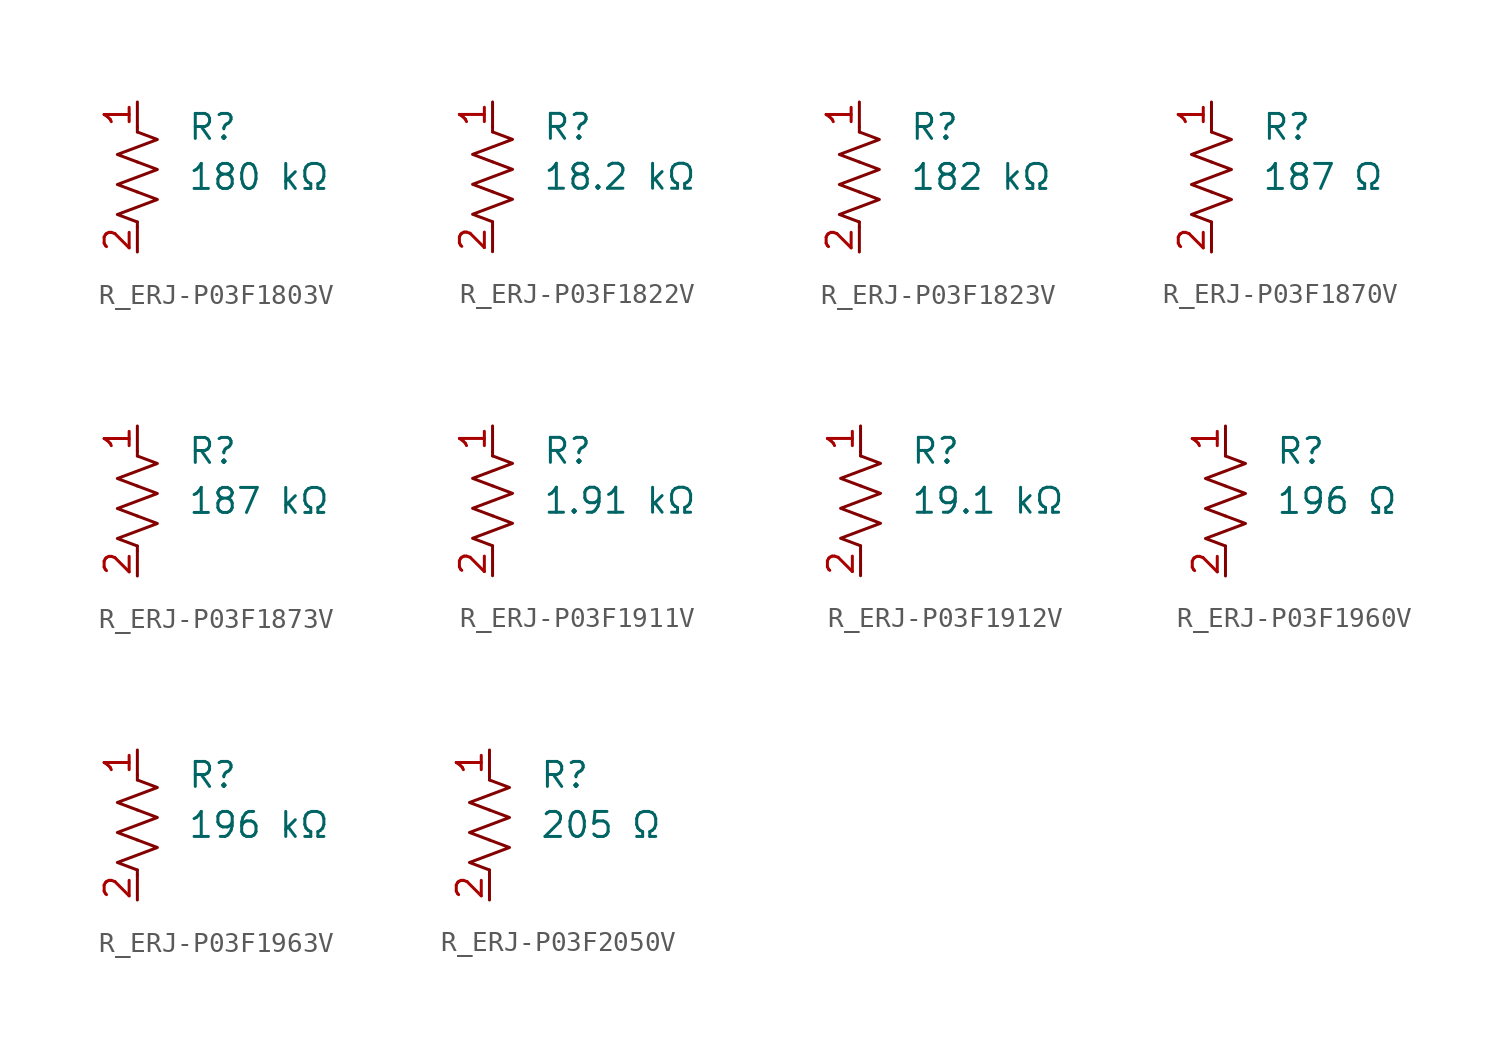
<source format=kicad_sym>
(kicad_symbol_lib
  (version 20231120)
  (generator "kicad_symbol_editor")
  (generator_version "8.0")
  (symbol "R_ERJ-P03F1803V"
    (pin_names
      (offset 0.254))
    (property "Value" "180 kΩ"
      (at 2.54 0 0)
      (effects (font (size 1.27 1.27)) (justify left)))
    (property "Reference" "R"
      (at 2.54 2.54 0)
      (effects (font (size 1.27 1.27)) (justify left)))
    (symbol "R_ERJ-P03F1803V_0_1"
      (polyline (pts (xy 0 -2.286) (xy 0 -2.54)) (stroke (width 0) (type default)) (fill (type none)))
      (polyline (pts (xy 0 2.286) (xy 0 2.54)) (stroke (width 0) (type default)) (fill (type none)))
      (polyline (pts (xy 0 -0.762) (xy 1.016 -1.143) (xy 0 -1.524) (xy -1.016 -1.905) (xy 0 -2.286)) (stroke (width 0) (type default)) (fill (type none)))
      (polyline (pts (xy 0 0.762) (xy 1.016 0.381) (xy 0 0) (xy -1.016 -0.381) (xy 0 -0.762)) (stroke (width 0) (type default)) (fill (type none)))
      (polyline (pts (xy 0 2.286) (xy 1.016 1.905) (xy 0 1.524) (xy -1.016 1.143) (xy 0 0.762)) (stroke (width 0) (type default)) (fill (type none))))
    (symbol "R_ERJ-P03F1803V_1_1"
      (pin passive line (at 0 3.81 270) (length 1.27) (name "~" (effects (font (size 1.27 1.27)))) (number "1" (effects (font (size 1.27 1.27)))))
      (pin passive line (at 0 -3.81 90) (length 1.27) (name "~" (effects (font (size 1.27 1.27)))) (number "2" (effects (font (size 1.27 1.27)))))))
  (symbol "R_ERJ-P03F1822V"
    (pin_names
      (offset 0.254))
    (property "Value" "18.2 kΩ"
      (at 2.54 0 0)
      (effects (font (size 1.27 1.27)) (justify left)))
    (property "Reference" "R"
      (at 2.54 2.54 0)
      (effects (font (size 1.27 1.27)) (justify left)))
    (symbol "R_ERJ-P03F1822V_0_1"
      (polyline (pts (xy 0 -2.286) (xy 0 -2.54)) (stroke (width 0) (type default)) (fill (type none)))
      (polyline (pts (xy 0 2.286) (xy 0 2.54)) (stroke (width 0) (type default)) (fill (type none)))
      (polyline (pts (xy 0 -0.762) (xy 1.016 -1.143) (xy 0 -1.524) (xy -1.016 -1.905) (xy 0 -2.286)) (stroke (width 0) (type default)) (fill (type none)))
      (polyline (pts (xy 0 0.762) (xy 1.016 0.381) (xy 0 0) (xy -1.016 -0.381) (xy 0 -0.762)) (stroke (width 0) (type default)) (fill (type none)))
      (polyline (pts (xy 0 2.286) (xy 1.016 1.905) (xy 0 1.524) (xy -1.016 1.143) (xy 0 0.762)) (stroke (width 0) (type default)) (fill (type none))))
    (symbol "R_ERJ-P03F1822V_1_1"
      (pin passive line (at 0 3.81 270) (length 1.27) (name "~" (effects (font (size 1.27 1.27)))) (number "1" (effects (font (size 1.27 1.27)))))
      (pin passive line (at 0 -3.81 90) (length 1.27) (name "~" (effects (font (size 1.27 1.27)))) (number "2" (effects (font (size 1.27 1.27)))))))
  (symbol "R_ERJ-P03F1823V"
    (pin_names
      (offset 0.254))
    (property "Value" "182 kΩ"
      (at 2.54 0 0)
      (effects (font (size 1.27 1.27)) (justify left)))
    (property "Reference" "R"
      (at 2.54 2.54 0)
      (effects (font (size 1.27 1.27)) (justify left)))
    (symbol "R_ERJ-P03F1823V_0_1"
      (polyline (pts (xy 0 -2.286) (xy 0 -2.54)) (stroke (width 0) (type default)) (fill (type none)))
      (polyline (pts (xy 0 2.286) (xy 0 2.54)) (stroke (width 0) (type default)) (fill (type none)))
      (polyline (pts (xy 0 -0.762) (xy 1.016 -1.143) (xy 0 -1.524) (xy -1.016 -1.905) (xy 0 -2.286)) (stroke (width 0) (type default)) (fill (type none)))
      (polyline (pts (xy 0 0.762) (xy 1.016 0.381) (xy 0 0) (xy -1.016 -0.381) (xy 0 -0.762)) (stroke (width 0) (type default)) (fill (type none)))
      (polyline (pts (xy 0 2.286) (xy 1.016 1.905) (xy 0 1.524) (xy -1.016 1.143) (xy 0 0.762)) (stroke (width 0) (type default)) (fill (type none))))
    (symbol "R_ERJ-P03F1823V_1_1"
      (pin passive line (at 0 3.81 270) (length 1.27) (name "~" (effects (font (size 1.27 1.27)))) (number "1" (effects (font (size 1.27 1.27)))))
      (pin passive line (at 0 -3.81 90) (length 1.27) (name "~" (effects (font (size 1.27 1.27)))) (number "2" (effects (font (size 1.27 1.27)))))))
  (symbol "R_ERJ-P03F1870V"
    (pin_names
      (offset 0.254))
    (property "Value" "187 Ω"
      (at 2.54 0 0)
      (effects (font (size 1.27 1.27)) (justify left)))
    (property "Reference" "R"
      (at 2.54 2.54 0)
      (effects (font (size 1.27 1.27)) (justify left)))
    (symbol "R_ERJ-P03F1870V_0_1"
      (polyline (pts (xy 0 -2.286) (xy 0 -2.54)) (stroke (width 0) (type default)) (fill (type none)))
      (polyline (pts (xy 0 2.286) (xy 0 2.54)) (stroke (width 0) (type default)) (fill (type none)))
      (polyline (pts (xy 0 -0.762) (xy 1.016 -1.143) (xy 0 -1.524) (xy -1.016 -1.905) (xy 0 -2.286)) (stroke (width 0) (type default)) (fill (type none)))
      (polyline (pts (xy 0 0.762) (xy 1.016 0.381) (xy 0 0) (xy -1.016 -0.381) (xy 0 -0.762)) (stroke (width 0) (type default)) (fill (type none)))
      (polyline (pts (xy 0 2.286) (xy 1.016 1.905) (xy 0 1.524) (xy -1.016 1.143) (xy 0 0.762)) (stroke (width 0) (type default)) (fill (type none))))
    (symbol "R_ERJ-P03F1870V_1_1"
      (pin passive line (at 0 3.81 270) (length 1.27) (name "~" (effects (font (size 1.27 1.27)))) (number "1" (effects (font (size 1.27 1.27)))))
      (pin passive line (at 0 -3.81 90) (length 1.27) (name "~" (effects (font (size 1.27 1.27)))) (number "2" (effects (font (size 1.27 1.27)))))))
  (symbol "R_ERJ-P03F1873V"
    (pin_names
      (offset 0.254))
    (property "Value" "187 kΩ"
      (at 2.54 0 0)
      (effects (font (size 1.27 1.27)) (justify left)))
    (property "Reference" "R"
      (at 2.54 2.54 0)
      (effects (font (size 1.27 1.27)) (justify left)))
    (symbol "R_ERJ-P03F1873V_0_1"
      (polyline (pts (xy 0 -2.286) (xy 0 -2.54)) (stroke (width 0) (type default)) (fill (type none)))
      (polyline (pts (xy 0 2.286) (xy 0 2.54)) (stroke (width 0) (type default)) (fill (type none)))
      (polyline (pts (xy 0 -0.762) (xy 1.016 -1.143) (xy 0 -1.524) (xy -1.016 -1.905) (xy 0 -2.286)) (stroke (width 0) (type default)) (fill (type none)))
      (polyline (pts (xy 0 0.762) (xy 1.016 0.381) (xy 0 0) (xy -1.016 -0.381) (xy 0 -0.762)) (stroke (width 0) (type default)) (fill (type none)))
      (polyline (pts (xy 0 2.286) (xy 1.016 1.905) (xy 0 1.524) (xy -1.016 1.143) (xy 0 0.762)) (stroke (width 0) (type default)) (fill (type none))))
    (symbol "R_ERJ-P03F1873V_1_1"
      (pin passive line (at 0 3.81 270) (length 1.27) (name "~" (effects (font (size 1.27 1.27)))) (number "1" (effects (font (size 1.27 1.27)))))
      (pin passive line (at 0 -3.81 90) (length 1.27) (name "~" (effects (font (size 1.27 1.27)))) (number "2" (effects (font (size 1.27 1.27)))))))
  (symbol "R_ERJ-P03F1911V"
    (pin_names
      (offset 0.254))
    (property "Value" "1.91 kΩ"
      (at 2.54 0 0)
      (effects (font (size 1.27 1.27)) (justify left)))
    (property "Reference" "R"
      (at 2.54 2.54 0)
      (effects (font (size 1.27 1.27)) (justify left)))
    (symbol "R_ERJ-P03F1911V_0_1"
      (polyline (pts (xy 0 -2.286) (xy 0 -2.54)) (stroke (width 0) (type default)) (fill (type none)))
      (polyline (pts (xy 0 2.286) (xy 0 2.54)) (stroke (width 0) (type default)) (fill (type none)))
      (polyline (pts (xy 0 -0.762) (xy 1.016 -1.143) (xy 0 -1.524) (xy -1.016 -1.905) (xy 0 -2.286)) (stroke (width 0) (type default)) (fill (type none)))
      (polyline (pts (xy 0 0.762) (xy 1.016 0.381) (xy 0 0) (xy -1.016 -0.381) (xy 0 -0.762)) (stroke (width 0) (type default)) (fill (type none)))
      (polyline (pts (xy 0 2.286) (xy 1.016 1.905) (xy 0 1.524) (xy -1.016 1.143) (xy 0 0.762)) (stroke (width 0) (type default)) (fill (type none))))
    (symbol "R_ERJ-P03F1911V_1_1"
      (pin passive line (at 0 3.81 270) (length 1.27) (name "~" (effects (font (size 1.27 1.27)))) (number "1" (effects (font (size 1.27 1.27)))))
      (pin passive line (at 0 -3.81 90) (length 1.27) (name "~" (effects (font (size 1.27 1.27)))) (number "2" (effects (font (size 1.27 1.27)))))))
  (symbol "R_ERJ-P03F1912V"
    (pin_names
      (offset 0.254))
    (property "Value" "19.1 kΩ"
      (at 2.54 0 0)
      (effects (font (size 1.27 1.27)) (justify left)))
    (property "Reference" "R"
      (at 2.54 2.54 0)
      (effects (font (size 1.27 1.27)) (justify left)))
    (symbol "R_ERJ-P03F1912V_0_1"
      (polyline (pts (xy 0 -2.286) (xy 0 -2.54)) (stroke (width 0) (type default)) (fill (type none)))
      (polyline (pts (xy 0 2.286) (xy 0 2.54)) (stroke (width 0) (type default)) (fill (type none)))
      (polyline (pts (xy 0 -0.762) (xy 1.016 -1.143) (xy 0 -1.524) (xy -1.016 -1.905) (xy 0 -2.286)) (stroke (width 0) (type default)) (fill (type none)))
      (polyline (pts (xy 0 0.762) (xy 1.016 0.381) (xy 0 0) (xy -1.016 -0.381) (xy 0 -0.762)) (stroke (width 0) (type default)) (fill (type none)))
      (polyline (pts (xy 0 2.286) (xy 1.016 1.905) (xy 0 1.524) (xy -1.016 1.143) (xy 0 0.762)) (stroke (width 0) (type default)) (fill (type none))))
    (symbol "R_ERJ-P03F1912V_1_1"
      (pin passive line (at 0 3.81 270) (length 1.27) (name "~" (effects (font (size 1.27 1.27)))) (number "1" (effects (font (size 1.27 1.27)))))
      (pin passive line (at 0 -3.81 90) (length 1.27) (name "~" (effects (font (size 1.27 1.27)))) (number "2" (effects (font (size 1.27 1.27)))))))
  (symbol "R_ERJ-P03F1960V"
    (pin_names
      (offset 0.254))
    (property "Value" "196 Ω"
      (at 2.54 0 0)
      (effects (font (size 1.27 1.27)) (justify left)))
    (property "Reference" "R"
      (at 2.54 2.54 0)
      (effects (font (size 1.27 1.27)) (justify left)))
    (symbol "R_ERJ-P03F1960V_0_1"
      (polyline (pts (xy 0 -2.286) (xy 0 -2.54)) (stroke (width 0) (type default)) (fill (type none)))
      (polyline (pts (xy 0 2.286) (xy 0 2.54)) (stroke (width 0) (type default)) (fill (type none)))
      (polyline (pts (xy 0 -0.762) (xy 1.016 -1.143) (xy 0 -1.524) (xy -1.016 -1.905) (xy 0 -2.286)) (stroke (width 0) (type default)) (fill (type none)))
      (polyline (pts (xy 0 0.762) (xy 1.016 0.381) (xy 0 0) (xy -1.016 -0.381) (xy 0 -0.762)) (stroke (width 0) (type default)) (fill (type none)))
      (polyline (pts (xy 0 2.286) (xy 1.016 1.905) (xy 0 1.524) (xy -1.016 1.143) (xy 0 0.762)) (stroke (width 0) (type default)) (fill (type none))))
    (symbol "R_ERJ-P03F1960V_1_1"
      (pin passive line (at 0 3.81 270) (length 1.27) (name "~" (effects (font (size 1.27 1.27)))) (number "1" (effects (font (size 1.27 1.27)))))
      (pin passive line (at 0 -3.81 90) (length 1.27) (name "~" (effects (font (size 1.27 1.27)))) (number "2" (effects (font (size 1.27 1.27)))))))
  (symbol "R_ERJ-P03F1963V"
    (pin_names
      (offset 0.254))
    (property "Value" "196 kΩ"
      (at 2.54 0 0)
      (effects (font (size 1.27 1.27)) (justify left)))
    (property "Reference" "R"
      (at 2.54 2.54 0)
      (effects (font (size 1.27 1.27)) (justify left)))
    (symbol "R_ERJ-P03F1963V_0_1"
      (polyline (pts (xy 0 -2.286) (xy 0 -2.54)) (stroke (width 0) (type default)) (fill (type none)))
      (polyline (pts (xy 0 2.286) (xy 0 2.54)) (stroke (width 0) (type default)) (fill (type none)))
      (polyline (pts (xy 0 -0.762) (xy 1.016 -1.143) (xy 0 -1.524) (xy -1.016 -1.905) (xy 0 -2.286)) (stroke (width 0) (type default)) (fill (type none)))
      (polyline (pts (xy 0 0.762) (xy 1.016 0.381) (xy 0 0) (xy -1.016 -0.381) (xy 0 -0.762)) (stroke (width 0) (type default)) (fill (type none)))
      (polyline (pts (xy 0 2.286) (xy 1.016 1.905) (xy 0 1.524) (xy -1.016 1.143) (xy 0 0.762)) (stroke (width 0) (type default)) (fill (type none))))
    (symbol "R_ERJ-P03F1963V_1_1"
      (pin passive line (at 0 3.81 270) (length 1.27) (name "~" (effects (font (size 1.27 1.27)))) (number "1" (effects (font (size 1.27 1.27)))))
      (pin passive line (at 0 -3.81 90) (length 1.27) (name "~" (effects (font (size 1.27 1.27)))) (number "2" (effects (font (size 1.27 1.27)))))))
  (symbol "R_ERJ-P03F2050V"
    (pin_names
      (offset 0.254))
    (property "Value" "205 Ω"
      (at 2.54 0 0)
      (effects (font (size 1.27 1.27)) (justify left)))
    (property "Reference" "R"
      (at 2.54 2.54 0)
      (effects (font (size 1.27 1.27)) (justify left)))
    (symbol "R_ERJ-P03F2050V_0_1"
      (polyline (pts (xy 0 -2.286) (xy 0 -2.54)) (stroke (width 0) (type default)) (fill (type none)))
      (polyline (pts (xy 0 2.286) (xy 0 2.54)) (stroke (width 0) (type default)) (fill (type none)))
      (polyline (pts (xy 0 -0.762) (xy 1.016 -1.143) (xy 0 -1.524) (xy -1.016 -1.905) (xy 0 -2.286)) (stroke (width 0) (type default)) (fill (type none)))
      (polyline (pts (xy 0 0.762) (xy 1.016 0.381) (xy 0 0) (xy -1.016 -0.381) (xy 0 -0.762)) (stroke (width 0) (type default)) (fill (type none)))
      (polyline (pts (xy 0 2.286) (xy 1.016 1.905) (xy 0 1.524) (xy -1.016 1.143) (xy 0 0.762)) (stroke (width 0) (type default)) (fill (type none))))
    (symbol "R_ERJ-P03F2050V_1_1"
      (pin passive line (at 0 3.81 270) (length 1.27) (name "~" (effects (font (size 1.27 1.27)))) (number "1" (effects (font (size 1.27 1.27)))))
      (pin passive line (at 0 -3.81 90) (length 1.27) (name "~" (effects (font (size 1.27 1.27)))) (number "2" (effects (font (size 1.27 1.27))))))))
</source>
